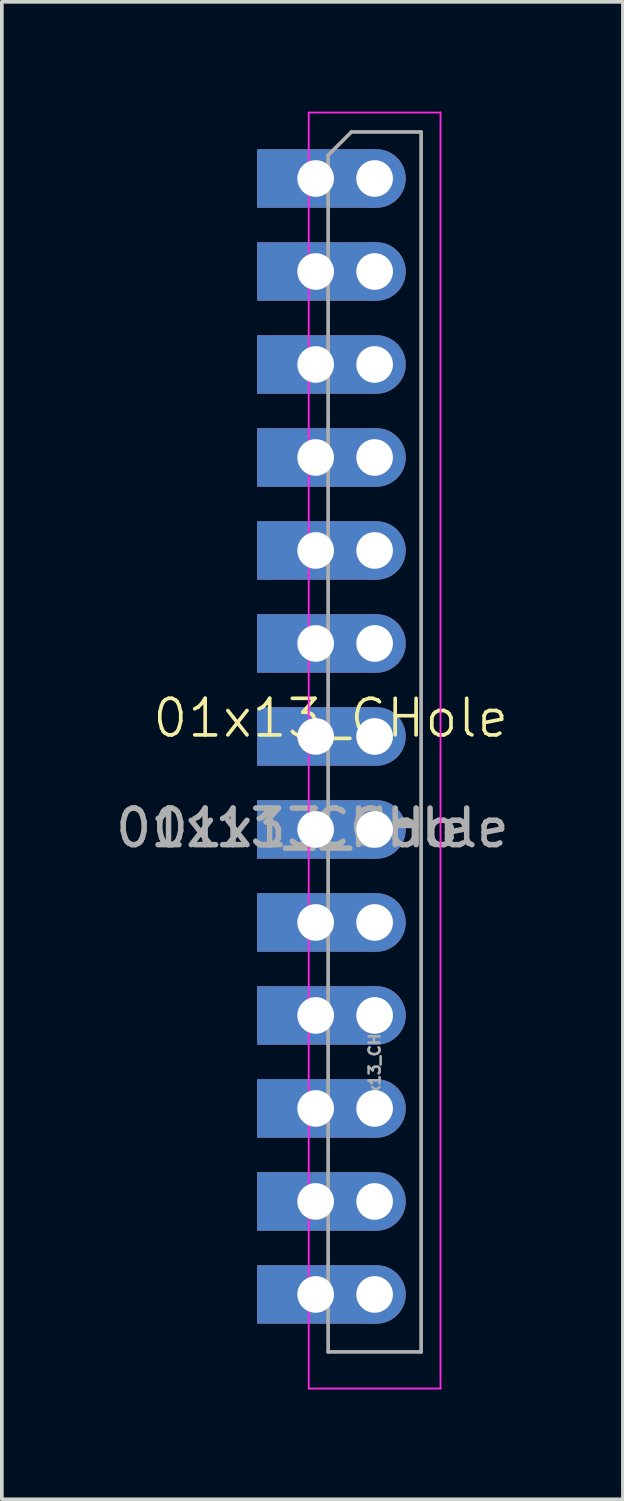
<source format=kicad_pcb>
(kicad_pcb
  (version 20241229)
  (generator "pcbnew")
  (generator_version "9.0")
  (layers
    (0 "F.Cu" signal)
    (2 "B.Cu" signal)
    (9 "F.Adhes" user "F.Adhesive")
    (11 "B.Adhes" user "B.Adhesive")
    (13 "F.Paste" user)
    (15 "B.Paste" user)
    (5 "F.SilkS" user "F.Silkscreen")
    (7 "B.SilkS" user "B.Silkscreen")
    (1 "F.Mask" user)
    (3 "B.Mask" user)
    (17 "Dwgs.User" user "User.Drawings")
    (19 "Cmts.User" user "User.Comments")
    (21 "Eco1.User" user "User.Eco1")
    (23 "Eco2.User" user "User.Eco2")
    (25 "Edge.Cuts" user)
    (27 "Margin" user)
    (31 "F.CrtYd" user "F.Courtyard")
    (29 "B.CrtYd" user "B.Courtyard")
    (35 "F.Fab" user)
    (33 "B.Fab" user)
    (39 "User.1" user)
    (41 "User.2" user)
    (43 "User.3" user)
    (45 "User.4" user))
  (footprint "01x13_CHole"
    (layer "F.Cu")
    (at 5.982 17.065)
    (property "Reference" "01x13_CHole" (at 0 -0.5 0) (unlocked yes) (layer "F.SilkS") (effects (font (size 1 1) (thickness 0.1))))
    (attr smd)
    (fp_line (start -0.6 -17.04) (end -0.6 17.81) (stroke (width 0.05) (type solid)) (layer "F.CrtYd"))
    (fp_line (start -0.6 17.81) (end 3 17.81) (stroke (width 0.05) (type solid)) (layer "F.CrtYd"))
    (fp_line (start 3 -17.04) (end -0.6 -17.04) (stroke (width 0.05) (type solid)) (layer "F.CrtYd"))
    (fp_line (start 3 17.81) (end 3 -17.04) (stroke (width 0.05) (type solid)) (layer "F.CrtYd"))
    (fp_line (start -0.07 -15.875) (end 0.565 -16.51) (stroke (width 0.1) (type solid)) (layer "F.Fab"))
    (fp_line (start -0.07 16.81) (end -0.07 -15.875) (stroke (width 0.1) (type solid)) (layer "F.Fab"))
    (fp_line (start 0.565 -16.51) (end 2.47 -16.51) (stroke (width 0.1) (type solid)) (layer "F.Fab"))
    (fp_line (start 2.47 -16.51) (end 2.47 16.81) (stroke (width 0.1) (type solid)) (layer "F.Fab"))
    (fp_line (start 2.47 16.81) (end -0.07 16.81) (stroke (width 0.1) (type solid)) (layer "F.Fab"))
    (fp_text user "${REFERENCE}" (at -1 2.5 0) (unlocked yes) (layer "F.Fab") (effects (font (size 1 1) (thickness 0.15))))
    (fp_text user "${REFERENCE}" (at 0 2.5 0) (unlocked yes) (layer "F.Fab") (effects (font (size 1 1) (thickness 0.15))))
    (fp_text user "${REFERENCE}" (at 1.2 8.89 270) (layer "F.Fab") (effects (font (size 0.3 0.3) (thickness 0.07))))
    (pad "1" thru_hole rect (at -0.41 -15.24) (size 3.2 1.6) (drill 1) (layers "*.Cu" "*.Mask"))
    (pad "1" thru_hole oval (at 1.2 -15.24) (size 1.7 1.6) (drill 1) (layers "*.Cu" "*.Mask"))
    (pad "2" thru_hole rect (at -0.41 -12.7) (size 3.2 1.6) (drill 1) (layers "*.Cu" "*.Mask"))
    (pad "2" thru_hole oval (at 1.2 -12.7) (size 1.7 1.6) (drill 1) (layers "*.Cu" "*.Mask"))
    (pad "3" thru_hole rect (at -0.41 -10.16) (size 3.2 1.6) (drill 1) (layers "*.Cu" "*.Mask"))
    (pad "3" thru_hole oval (at 1.2 -10.16) (size 1.7 1.6) (drill 1) (layers "*.Cu" "*.Mask"))
    (pad "4" thru_hole rect (at -0.41 -7.62) (size 3.2 1.6) (drill 1) (layers "*.Cu" "*.Mask"))
    (pad "4" thru_hole oval (at 1.2 -7.62) (size 1.7 1.6) (drill 1) (layers "*.Cu" "*.Mask"))
    (pad "5" thru_hole rect (at -0.41 -5.08) (size 3.2 1.6) (drill 1) (layers "*.Cu" "*.Mask"))
    (pad "5" thru_hole oval (at 1.2 -5.08) (size 1.7 1.6) (drill 1) (layers "*.Cu" "*.Mask"))
    (pad "6" thru_hole rect (at -0.41 -2.54) (size 3.2 1.6) (drill 1) (layers "*.Cu" "*.Mask"))
    (pad "6" thru_hole oval (at 1.2 -2.54) (size 1.7 1.6) (drill 1) (layers "*.Cu" "*.Mask"))
    (pad "7" thru_hole rect (at -0.41 0) (size 3.2 1.6) (drill 1) (layers "*.Cu" "*.Mask"))
    (pad "7" thru_hole oval (at 1.2 0) (size 1.7 1.6) (drill 1) (layers "*.Cu" "*.Mask"))
    (pad "8" thru_hole rect (at -0.41 2.54) (size 3.2 1.6) (drill 1) (layers "*.Cu" "*.Mask"))
    (pad "8" thru_hole oval (at 1.2 2.54) (size 1.7 1.6) (drill 1) (layers "*.Cu" "*.Mask"))
    (pad "9" thru_hole rect (at -0.41 5.08) (size 3.2 1.6) (drill 1) (layers "*.Cu" "*.Mask"))
    (pad "9" thru_hole oval (at 1.2 5.08) (size 1.7 1.6) (drill 1) (layers "*.Cu" "*.Mask"))
    (pad "10" thru_hole rect (at -0.41 7.62) (size 3.2 1.6) (drill 1) (layers "*.Cu" "*.Mask"))
    (pad "10" thru_hole oval (at 1.2 7.62) (size 1.7 1.6) (drill 1) (layers "*.Cu" "*.Mask"))
    (pad "11" thru_hole rect (at -0.41 10.16) (size 3.2 1.6) (drill 1) (layers "*.Cu" "*.Mask"))
    (pad "11" thru_hole oval (at 1.2 10.16) (size 1.7 1.6) (drill 1) (layers "*.Cu" "*.Mask"))
    (pad "12" thru_hole rect (at -0.41 12.7) (size 3.2 1.6) (drill 1) (layers "*.Cu" "*.Mask"))
    (pad "12" thru_hole oval (at 1.2 12.7) (size 1.7 1.6) (drill 1) (layers "*.Cu" "*.Mask"))
    (pad "13" thru_hole rect (at -0.41 15.24) (size 3.2 1.6) (drill 1) (layers "*.Cu" "*.Mask"))
    (pad "13" thru_hole oval (at 1.2 15.24) (size 1.7 1.6) (drill 1) (layers "*.Cu" "*.Mask")))
  (gr_rect
    (start -3 -3)
    (end 13.964 37.9)
    (stroke (width 0.1) (type default))
    (fill no)
    (layer "Edge.Cuts")))
</source>
